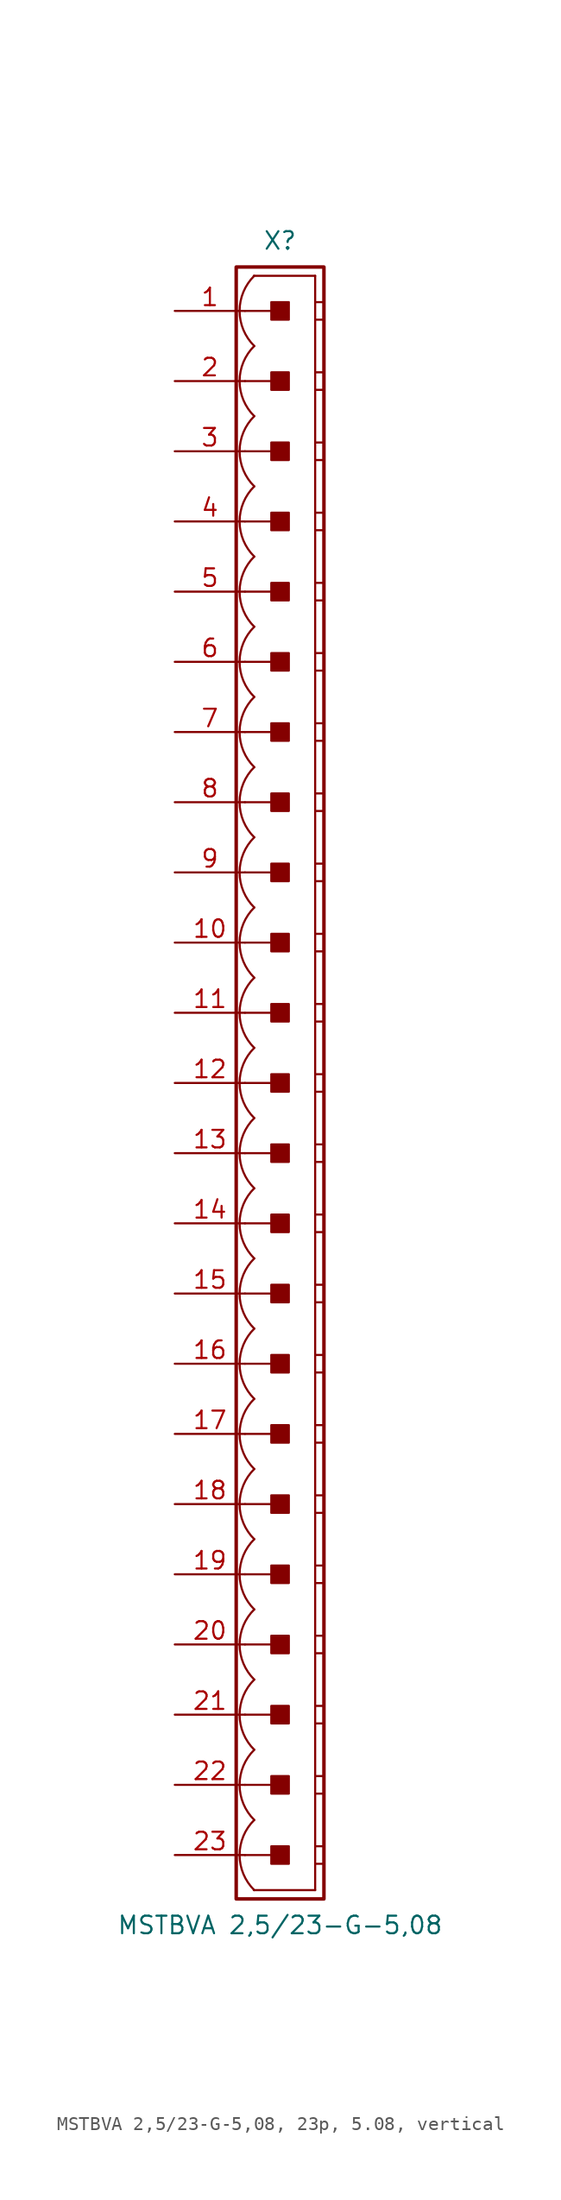
<source format=kicad_sym>
(kicad_symbol_lib
  (version 20241209)
  (generator "kicad_symbol_editor")
  (generator_version "9.0")
  (symbol "MSTBVA 2,5/23-G-5,08, 23p, 5.08, vertical"
    (pin_names
      (offset 1.016)
      (hide yes))
    (property "Reference" "X"
      (at 0 60.96 0)
      (effects (font (size 1.27 1.27))))
    (property "Value" "MSTBVA 2,5/23-G-5,08"
      (at 0 -60.96 0)
      (effects (font (size 1.27 1.27))))
    (property "Label" ""
      (at 0 0 0)
      (effects (font (size 1.27 1.27) (thickness 0.254) (bold yes))))
    (symbol "MSTBVA 2,5/23-G-5,08, 23p, 5.08, vertical_0_1"
      (polyline (pts (xy 2.54 58.42) (xy -1.905 58.42)) (stroke (width 0.152) (type default)) (fill (type none)))
      (polyline (pts (xy 2.54 58.42) (xy 2.54 -58.42)) (stroke (width 0.152) (type default)) (fill (type none)))
      (polyline (pts (xy 2.54 56.515) (xy 3.175 56.515)) (stroke (width 0.152) (type default)) (fill (type none)))
      (polyline (pts (xy 2.54 55.245) (xy 3.175 55.245)) (stroke (width 0.152) (type default)) (fill (type none)))
      (polyline (pts (xy 2.54 51.435) (xy 3.175 51.435)) (stroke (width 0.152) (type default)) (fill (type none)))
      (polyline (pts (xy 2.54 50.165) (xy 3.175 50.165)) (stroke (width 0.152) (type default)) (fill (type none)))
      (polyline (pts (xy 2.54 46.355) (xy 3.175 46.355)) (stroke (width 0.152) (type default)) (fill (type none)))
      (polyline (pts (xy 2.54 45.085) (xy 3.175 45.085)) (stroke (width 0.152) (type default)) (fill (type none)))
      (polyline (pts (xy 2.54 41.275) (xy 3.175 41.275)) (stroke (width 0.152) (type default)) (fill (type none)))
      (polyline (pts (xy 2.54 40.005) (xy 3.175 40.005)) (stroke (width 0.152) (type default)) (fill (type none)))
      (polyline (pts (xy 2.54 36.195) (xy 3.175 36.195)) (stroke (width 0.152) (type default)) (fill (type none)))
      (polyline (pts (xy 2.54 34.925) (xy 3.175 34.925)) (stroke (width 0.152) (type default)) (fill (type none)))
      (polyline (pts (xy 2.54 31.115) (xy 3.175 31.115)) (stroke (width 0.152) (type default)) (fill (type none)))
      (polyline (pts (xy 2.54 29.845) (xy 3.175 29.845)) (stroke (width 0.152) (type default)) (fill (type none)))
      (polyline (pts (xy 2.54 26.035) (xy 3.175 26.035)) (stroke (width 0.152) (type default)) (fill (type none)))
      (polyline (pts (xy 2.54 24.765) (xy 3.175 24.765)) (stroke (width 0.152) (type default)) (fill (type none)))
      (polyline (pts (xy 2.54 20.955) (xy 3.175 20.955)) (stroke (width 0.152) (type default)) (fill (type none)))
      (polyline (pts (xy 2.54 19.685) (xy 3.175 19.685)) (stroke (width 0.152) (type default)) (fill (type none)))
      (polyline (pts (xy 2.54 15.875) (xy 3.175 15.875)) (stroke (width 0.152) (type default)) (fill (type none)))
      (polyline (pts (xy 2.54 14.605) (xy 3.175 14.605)) (stroke (width 0.152) (type default)) (fill (type none)))
      (polyline (pts (xy 2.54 10.795) (xy 3.175 10.795)) (stroke (width 0.152) (type default)) (fill (type none)))
      (polyline (pts (xy 2.54 9.525) (xy 3.175 9.525)) (stroke (width 0.152) (type default)) (fill (type none)))
      (polyline (pts (xy 2.54 5.715) (xy 3.175 5.715)) (stroke (width 0.152) (type default)) (fill (type none)))
      (polyline (pts (xy 2.54 4.445) (xy 3.175 4.445)) (stroke (width 0.152) (type default)) (fill (type none)))
      (polyline (pts (xy 2.54 0.635) (xy 3.175 0.635)) (stroke (width 0.152) (type default)) (fill (type none)))
      (polyline (pts (xy 2.54 -0.635) (xy 3.175 -0.635)) (stroke (width 0.152) (type default)) (fill (type none)))
      (polyline (pts (xy 2.54 -4.445) (xy 3.175 -4.445)) (stroke (width 0.152) (type default)) (fill (type none)))
      (polyline (pts (xy 2.54 -5.715) (xy 3.175 -5.715)) (stroke (width 0.152) (type default)) (fill (type none)))
      (polyline (pts (xy 2.54 -9.525) (xy 3.175 -9.525)) (stroke (width 0.152) (type default)) (fill (type none)))
      (polyline (pts (xy 2.54 -10.795) (xy 3.175 -10.795)) (stroke (width 0.152) (type default)) (fill (type none)))
      (polyline (pts (xy 2.54 -14.605) (xy 3.175 -14.605)) (stroke (width 0.152) (type default)) (fill (type none)))
      (polyline (pts (xy 2.54 -15.875) (xy 3.175 -15.875)) (stroke (width 0.152) (type default)) (fill (type none)))
      (polyline (pts (xy 2.54 -19.685) (xy 3.175 -19.685)) (stroke (width 0.152) (type default)) (fill (type none)))
      (polyline (pts (xy 2.54 -20.955) (xy 3.175 -20.955)) (stroke (width 0.152) (type default)) (fill (type none)))
      (polyline (pts (xy 2.54 -24.765) (xy 3.175 -24.765)) (stroke (width 0.152) (type default)) (fill (type none)))
      (polyline (pts (xy 2.54 -26.035) (xy 3.175 -26.035)) (stroke (width 0.152) (type default)) (fill (type none)))
      (polyline (pts (xy 2.54 -29.845) (xy 3.175 -29.845)) (stroke (width 0.152) (type default)) (fill (type none)))
      (polyline (pts (xy 2.54 -31.115) (xy 3.175 -31.115)) (stroke (width 0.152) (type default)) (fill (type none)))
      (polyline (pts (xy 2.54 -34.925) (xy 3.175 -34.925)) (stroke (width 0.152) (type default)) (fill (type none)))
      (polyline (pts (xy 2.54 -36.195) (xy 3.175 -36.195)) (stroke (width 0.152) (type default)) (fill (type none)))
      (polyline (pts (xy 2.54 -40.005) (xy 3.175 -40.005)) (stroke (width 0.152) (type default)) (fill (type none)))
      (polyline (pts (xy 2.54 -41.275) (xy 3.175 -41.275)) (stroke (width 0.152) (type default)) (fill (type none)))
      (polyline (pts (xy 2.54 -45.085) (xy 3.175 -45.085)) (stroke (width 0.152) (type default)) (fill (type none)))
      (polyline (pts (xy 2.54 -46.355) (xy 3.175 -46.355)) (stroke (width 0.152) (type default)) (fill (type none)))
      (polyline (pts (xy 2.54 -50.165) (xy 3.175 -50.165)) (stroke (width 0.152) (type default)) (fill (type none)))
      (polyline (pts (xy 2.54 -51.435) (xy 3.175 -51.435)) (stroke (width 0.152) (type default)) (fill (type none)))
      (polyline (pts (xy 2.54 -55.245) (xy 3.175 -55.245)) (stroke (width 0.152) (type default)) (fill (type none)))
      (polyline (pts (xy 2.54 -56.515) (xy 3.175 -56.515)) (stroke (width 0.152) (type default)) (fill (type none)))
      (polyline (pts (xy 2.54 -58.42) (xy -1.905 -58.42)) (stroke (width 0.152) (type default)) (fill (type none))))
    (symbol "MSTBVA 2,5/23-G-5,08, 23p, 5.08, vertical_1_0"
      (polyline (pts (xy -2.54 55.88) (xy 0 55.88)) (stroke (width 0.152) (type default)) (fill (type none)))
      (polyline (pts (xy -2.54 50.8) (xy 0 50.8)) (stroke (width 0.152) (type default)) (fill (type none)))
      (polyline (pts (xy -2.54 45.72) (xy 0 45.72)) (stroke (width 0.152) (type default)) (fill (type none)))
      (polyline (pts (xy -2.54 40.64) (xy 0 40.64)) (stroke (width 0.152) (type default)) (fill (type none)))
      (polyline (pts (xy -2.54 35.56) (xy 0 35.56)) (stroke (width 0.152) (type default)) (fill (type none)))
      (polyline (pts (xy -2.54 30.48) (xy 0 30.48)) (stroke (width 0.152) (type default)) (fill (type none)))
      (polyline (pts (xy -2.54 25.4) (xy 0 25.4)) (stroke (width 0.152) (type default)) (fill (type none)))
      (polyline (pts (xy -2.54 20.32) (xy 0 20.32)) (stroke (width 0.152) (type default)) (fill (type none)))
      (polyline (pts (xy -2.54 15.24) (xy 0 15.24)) (stroke (width 0.152) (type default)) (fill (type none)))
      (polyline (pts (xy -2.54 10.16) (xy 0 10.16)) (stroke (width 0.152) (type default)) (fill (type none)))
      (polyline (pts (xy -2.54 5.08) (xy 0 5.08)) (stroke (width 0.152) (type default)) (fill (type none)))
      (polyline (pts (xy -2.54 0) (xy 0 0)) (stroke (width 0.152) (type default)) (fill (type none)))
      (polyline (pts (xy -2.54 -5.08) (xy 0 -5.08)) (stroke (width 0.152) (type default)) (fill (type none)))
      (polyline (pts (xy -2.54 -10.16) (xy 0 -10.16)) (stroke (width 0.152) (type default)) (fill (type none)))
      (polyline (pts (xy -2.54 -15.24) (xy 0 -15.24)) (stroke (width 0.152) (type default)) (fill (type none)))
      (polyline (pts (xy -2.54 -20.32) (xy 0 -20.32)) (stroke (width 0.152) (type default)) (fill (type none)))
      (polyline (pts (xy -2.54 -25.4) (xy 0 -25.4)) (stroke (width 0.152) (type default)) (fill (type none)))
      (polyline (pts (xy -2.54 -30.48) (xy 0 -30.48)) (stroke (width 0.152) (type default)) (fill (type none)))
      (polyline (pts (xy -2.54 -35.56) (xy 0 -35.56)) (stroke (width 0.152) (type default)) (fill (type none)))
      (polyline (pts (xy -2.54 -40.64) (xy 0 -40.64)) (stroke (width 0.152) (type default)) (fill (type none)))
      (polyline (pts (xy -2.54 -45.72) (xy 0 -45.72)) (stroke (width 0.152) (type default)) (fill (type none)))
      (polyline (pts (xy -2.54 -50.8) (xy 0 -50.8)) (stroke (width 0.152) (type default)) (fill (type none)))
      (polyline (pts (xy -2.54 -55.88) (xy 0 -55.88)) (stroke (width 0.152) (type default)) (fill (type none))))
    (symbol "MSTBVA 2,5/23-G-5,08, 23p, 5.08, vertical_1_1"
      (rectangle (start -3.175 59.055) (end 3.175 -59.055) (stroke (width 0.254) (type default)) (fill (type none)))
      (rectangle (start -0.635 55.245) (end 0.635 56.515) (stroke (width 0.152) (type default)) (fill (type outline)))
      (rectangle (start -0.635 50.165) (end 0.635 51.435) (stroke (width 0.152) (type default)) (fill (type outline)))
      (rectangle (start -0.635 45.085) (end 0.635 46.355) (stroke (width 0.152) (type default)) (fill (type outline)))
      (rectangle (start -0.635 40.005) (end 0.635 41.275) (stroke (width 0.152) (type default)) (fill (type outline)))
      (rectangle (start -0.635 34.925) (end 0.635 36.195) (stroke (width 0.152) (type default)) (fill (type outline)))
      (rectangle (start -0.635 29.845) (end 0.635 31.115) (stroke (width 0.152) (type default)) (fill (type outline)))
      (rectangle (start -0.635 24.765) (end 0.635 26.035) (stroke (width 0.152) (type default)) (fill (type outline)))
      (rectangle (start -0.635 19.685) (end 0.635 20.955) (stroke (width 0.152) (type default)) (fill (type outline)))
      (rectangle (start -0.635 14.605) (end 0.635 15.875) (stroke (width 0.152) (type default)) (fill (type outline)))
      (rectangle (start -0.635 9.525) (end 0.635 10.795) (stroke (width 0.152) (type default)) (fill (type outline)))
      (rectangle (start -0.635 4.445) (end 0.635 5.715) (stroke (width 0.152) (type default)) (fill (type outline)))
      (rectangle (start -0.635 -0.635) (end 0.635 0.635) (stroke (width 0.152) (type default)) (fill (type outline)))
      (rectangle (start -0.635 -5.715) (end 0.635 -4.445) (stroke (width 0.152) (type default)) (fill (type outline)))
      (rectangle (start -0.635 -10.795) (end 0.635 -9.525) (stroke (width 0.152) (type default)) (fill (type outline)))
      (rectangle (start -0.635 -15.875) (end 0.635 -14.605) (stroke (width 0.152) (type default)) (fill (type outline)))
      (rectangle (start -0.635 -20.955) (end 0.635 -19.685) (stroke (width 0.152) (type default)) (fill (type outline)))
      (rectangle (start -0.635 -26.035) (end 0.635 -24.765) (stroke (width 0.152) (type default)) (fill (type outline)))
      (rectangle (start -0.635 -31.115) (end 0.635 -29.845) (stroke (width 0.152) (type default)) (fill (type outline)))
      (rectangle (start -0.635 -36.195) (end 0.635 -34.925) (stroke (width 0.152) (type default)) (fill (type outline)))
      (rectangle (start -0.635 -41.275) (end 0.635 -40.005) (stroke (width 0.152) (type default)) (fill (type outline)))
      (rectangle (start -0.635 -46.355) (end 0.635 -45.085) (stroke (width 0.152) (type default)) (fill (type outline)))
      (rectangle (start -0.635 -51.435) (end 0.635 -50.165) (stroke (width 0.152) (type default)) (fill (type outline)))
      (rectangle (start -0.635 -56.515) (end 0.635 -55.245) (stroke (width 0.152) (type default)) (fill (type outline)))
      (arc (start -1.8664 53.34) (mid -2.9299 55.88) (end -1.8664 58.42) (stroke (width 0.1524) (type default)) (fill (type none)))
      (arc (start -1.8664 48.26) (mid -2.9299 50.8) (end -1.8664 53.34) (stroke (width 0.1524) (type default)) (fill (type none)))
      (arc (start -1.8664 43.18) (mid -2.9299 45.72) (end -1.8664 48.26) (stroke (width 0.1524) (type default)) (fill (type none)))
      (arc (start -1.8664 38.1) (mid -2.9299 40.64) (end -1.8664 43.18) (stroke (width 0.1524) (type default)) (fill (type none)))
      (arc (start -1.8664 33.02) (mid -2.9299 35.56) (end -1.8664 38.1) (stroke (width 0.1524) (type default)) (fill (type none)))
      (arc (start -1.8664 27.94) (mid -2.9299 30.48) (end -1.8664 33.02) (stroke (width 0.1524) (type default)) (fill (type none)))
      (arc (start -1.8664 22.86) (mid -2.9299 25.4) (end -1.8664 27.94) (stroke (width 0.1524) (type default)) (fill (type none)))
      (arc (start -1.8664 17.78) (mid -2.9299 20.32) (end -1.8664 22.86) (stroke (width 0.1524) (type default)) (fill (type none)))
      (arc (start -1.8664 12.7) (mid -2.9299 15.24) (end -1.8664 17.78) (stroke (width 0.1524) (type default)) (fill (type none)))
      (arc (start -1.8664 7.62) (mid -2.9299 10.16) (end -1.8664 12.7) (stroke (width 0.1524) (type default)) (fill (type none)))
      (arc (start -1.8664 2.54) (mid -2.9299 5.08) (end -1.8664 7.62) (stroke (width 0.1524) (type default)) (fill (type none)))
      (arc (start -1.8664 -2.54) (mid -2.9299 0) (end -1.8664 2.54) (stroke (width 0.1524) (type default)) (fill (type none)))
      (arc (start -1.8664 -7.62) (mid -2.9299 -5.08) (end -1.8664 -2.54) (stroke (width 0.1524) (type default)) (fill (type none)))
      (arc (start -1.8664 -12.7) (mid -2.9299 -10.16) (end -1.8664 -7.62) (stroke (width 0.1524) (type default)) (fill (type none)))
      (arc (start -1.8664 -17.78) (mid -2.9299 -15.24) (end -1.8664 -12.7) (stroke (width 0.1524) (type default)) (fill (type none)))
      (arc (start -1.8664 -22.86) (mid -2.9299 -20.32) (end -1.8664 -17.78) (stroke (width 0.1524) (type default)) (fill (type none)))
      (arc (start -1.8664 -27.94) (mid -2.9299 -25.4) (end -1.8664 -22.86) (stroke (width 0.1524) (type default)) (fill (type none)))
      (arc (start -1.8664 -33.02) (mid -2.9299 -30.48) (end -1.8664 -27.94) (stroke (width 0.1524) (type default)) (fill (type none)))
      (arc (start -1.8664 -38.1) (mid -2.9299 -35.56) (end -1.8664 -33.02) (stroke (width 0.1524) (type default)) (fill (type none)))
      (arc (start -1.8664 -43.18) (mid -2.9299 -40.64) (end -1.8664 -38.1) (stroke (width 0.1524) (type default)) (fill (type none)))
      (arc (start -1.8664 -48.26) (mid -2.9299 -45.72) (end -1.8664 -43.18) (stroke (width 0.1524) (type default)) (fill (type none)))
      (arc (start -1.8664 -53.34) (mid -2.9299 -50.8) (end -1.8664 -48.26) (stroke (width 0.1524) (type default)) (fill (type none)))
      (arc (start -1.8664 -58.42) (mid -2.9299 -55.88) (end -1.8664 -53.34) (stroke (width 0.1524) (type default)) (fill (type none)))
      (pin passive line (at -7.62 55.88 0) (length 5.08) (name "1" (effects (font (size 1.27 1.27)))) (number "1" (effects (font (size 1.27 1.27)))))
      (pin passive line (at -7.62 50.8 0) (length 5.08) (name "2" (effects (font (size 1.27 1.27)))) (number "2" (effects (font (size 1.27 1.27)))))
      (pin passive line (at -7.62 45.72 0) (length 5.08) (name "3" (effects (font (size 1.27 1.27)))) (number "3" (effects (font (size 1.27 1.27)))))
      (pin passive line (at -7.62 40.64 0) (length 5.08) (name "4" (effects (font (size 1.27 1.27)))) (number "4" (effects (font (size 1.27 1.27)))))
      (pin passive line (at -7.62 35.56 0) (length 5.08) (name "5" (effects (font (size 1.27 1.27)))) (number "5" (effects (font (size 1.27 1.27)))))
      (pin passive line (at -7.62 30.48 0) (length 5.08) (name "6" (effects (font (size 1.27 1.27)))) (number "6" (effects (font (size 1.27 1.27)))))
      (pin passive line (at -7.62 25.4 0) (length 5.08) (name "7" (effects (font (size 1.27 1.27)))) (number "7" (effects (font (size 1.27 1.27)))))
      (pin passive line (at -7.62 20.32 0) (length 5.08) (name "8" (effects (font (size 1.27 1.27)))) (number "8" (effects (font (size 1.27 1.27)))))
      (pin passive line (at -7.62 15.24 0) (length 5.08) (name "9" (effects (font (size 1.27 1.27)))) (number "9" (effects (font (size 1.27 1.27)))))
      (pin passive line (at -7.62 10.16 0) (length 5.08) (name "10" (effects (font (size 1.27 1.27)))) (number "10" (effects (font (size 1.27 1.27)))))
      (pin passive line (at -7.62 5.08 0) (length 5.08) (name "11" (effects (font (size 1.27 1.27)))) (number "11" (effects (font (size 1.27 1.27)))))
      (pin passive line (at -7.62 0 0) (length 5.08) (name "12" (effects (font (size 1.27 1.27)))) (number "12" (effects (font (size 1.27 1.27)))))
      (pin passive line (at -7.62 -5.08 0) (length 5.08) (name "13" (effects (font (size 1.27 1.27)))) (number "13" (effects (font (size 1.27 1.27)))))
      (pin passive line (at -7.62 -10.16 0) (length 5.08) (name "14" (effects (font (size 1.27 1.27)))) (number "14" (effects (font (size 1.27 1.27)))))
      (pin passive line (at -7.62 -15.24 0) (length 5.08) (name "15" (effects (font (size 1.27 1.27)))) (number "15" (effects (font (size 1.27 1.27)))))
      (pin passive line (at -7.62 -20.32 0) (length 5.08) (name "16" (effects (font (size 1.27 1.27)))) (number "16" (effects (font (size 1.27 1.27)))))
      (pin passive line (at -7.62 -25.4 0) (length 5.08) (name "17" (effects (font (size 1.27 1.27)))) (number "17" (effects (font (size 1.27 1.27)))))
      (pin passive line (at -7.62 -30.48 0) (length 5.08) (name "18" (effects (font (size 1.27 1.27)))) (number "18" (effects (font (size 1.27 1.27)))))
      (pin passive line (at -7.62 -35.56 0) (length 5.08) (name "19" (effects (font (size 1.27 1.27)))) (number "19" (effects (font (size 1.27 1.27)))))
      (pin passive line (at -7.62 -40.64 0) (length 5.08) (name "20" (effects (font (size 1.27 1.27)))) (number "20" (effects (font (size 1.27 1.27)))))
      (pin passive line (at -7.62 -45.72 0) (length 5.08) (name "21" (effects (font (size 1.27 1.27)))) (number "21" (effects (font (size 1.27 1.27)))))
      (pin passive line (at -7.62 -50.8 0) (length 5.08) (name "22" (effects (font (size 1.27 1.27)))) (number "22" (effects (font (size 1.27 1.27)))))
      (pin passive line (at -7.62 -55.88 0) (length 5.08) (name "23" (effects (font (size 1.27 1.27)))) (number "23" (effects (font (size 1.27 1.27))))))))
</source>
